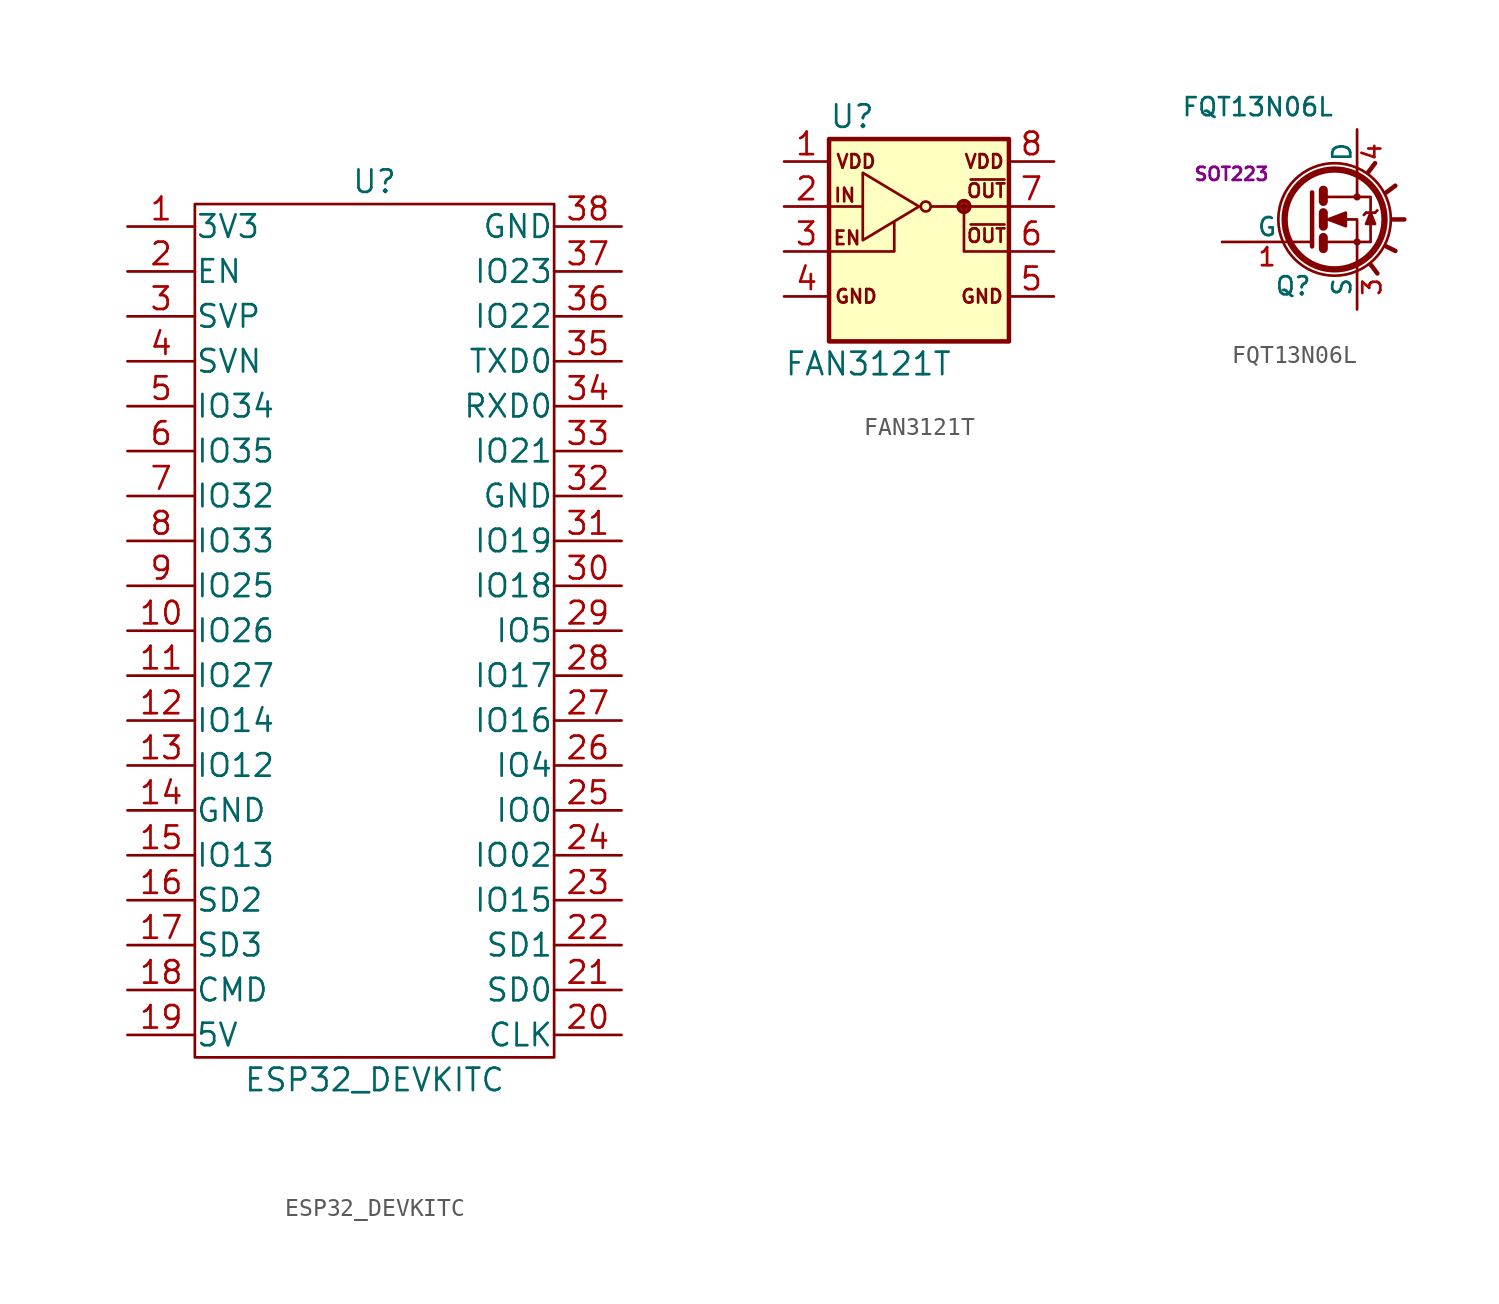
<source format=kicad_sym>
(kicad_symbol_lib
  (version 20211014)
  (generator kicad_symbol_editor)
  (symbol "ESP32_DEVKITC"
    (pin_names
      (offset 0.025))
    (property "Reference" "U"
      (at 0 25.4 0)
      (effects (font (size 1.27 1.27))))
    (property "Value" "ESP32_DEVKITC"
      (at 0 -25.4 0)
      (effects (font (size 1.27 1.27))))
    (symbol "ESP32_DEVKITC_0_1"
      (rectangle (start -10.16 24.13) (end 10.16 -24.13) (stroke (width 0) (type default) (color 0 0 0 0)) (fill (type none))))
    (symbol "ESP32_DEVKITC_1_1"
      (pin passive line (at -13.97 22.86 0) (length 3.81) (name "3V3" (effects (font (size 1.27 1.27)))) (number "1" (effects (font (size 1.27 1.27)))))
      (pin passive line (at -13.97 0 0) (length 3.81) (name "IO26" (effects (font (size 1.27 1.27)))) (number "10" (effects (font (size 1.27 1.27)))))
      (pin passive line (at -13.97 -2.54 0) (length 3.81) (name "IO27" (effects (font (size 1.27 1.27)))) (number "11" (effects (font (size 1.27 1.27)))))
      (pin passive line (at -13.97 -5.08 0) (length 3.81) (name "IO14" (effects (font (size 1.27 1.27)))) (number "12" (effects (font (size 1.27 1.27)))))
      (pin passive line (at -13.97 -7.62 0) (length 3.81) (name "IO12" (effects (font (size 1.27 1.27)))) (number "13" (effects (font (size 1.27 1.27)))))
      (pin passive line (at -13.97 -10.16 0) (length 3.81) (name "GND" (effects (font (size 1.27 1.27)))) (number "14" (effects (font (size 1.27 1.27)))))
      (pin passive line (at -13.97 -12.7 0) (length 3.81) (name "IO13" (effects (font (size 1.27 1.27)))) (number "15" (effects (font (size 1.27 1.27)))))
      (pin passive line (at -13.97 -15.24 0) (length 3.81) (name "SD2" (effects (font (size 1.27 1.27)))) (number "16" (effects (font (size 1.27 1.27)))))
      (pin passive line (at -13.97 -17.78 0) (length 3.81) (name "SD3" (effects (font (size 1.27 1.27)))) (number "17" (effects (font (size 1.27 1.27)))))
      (pin passive line (at -13.97 -20.32 0) (length 3.81) (name "CMD" (effects (font (size 1.27 1.27)))) (number "18" (effects (font (size 1.27 1.27)))))
      (pin passive line (at -13.97 -22.86 0) (length 3.81) (name "5V" (effects (font (size 1.27 1.27)))) (number "19" (effects (font (size 1.27 1.27)))))
      (pin passive line (at -13.97 20.32 0) (length 3.81) (name "EN" (effects (font (size 1.27 1.27)))) (number "2" (effects (font (size 1.27 1.27)))))
      (pin passive line (at 13.97 -22.86 180) (length 3.81) (name "CLK" (effects (font (size 1.27 1.27)))) (number "20" (effects (font (size 1.27 1.27)))))
      (pin passive line (at 13.97 -20.32 180) (length 3.81) (name "SD0" (effects (font (size 1.27 1.27)))) (number "21" (effects (font (size 1.27 1.27)))))
      (pin passive line (at 13.97 -17.78 180) (length 3.81) (name "SD1" (effects (font (size 1.27 1.27)))) (number "22" (effects (font (size 1.27 1.27)))))
      (pin passive line (at 13.97 -15.24 180) (length 3.81) (name "IO15" (effects (font (size 1.27 1.27)))) (number "23" (effects (font (size 1.27 1.27)))))
      (pin passive line (at 13.97 -12.7 180) (length 3.81) (name "IO02" (effects (font (size 1.27 1.27)))) (number "24" (effects (font (size 1.27 1.27)))))
      (pin passive line (at 13.97 -10.16 180) (length 3.81) (name "IO0" (effects (font (size 1.27 1.27)))) (number "25" (effects (font (size 1.27 1.27)))))
      (pin passive line (at 13.97 -7.62 180) (length 3.81) (name "IO4" (effects (font (size 1.27 1.27)))) (number "26" (effects (font (size 1.27 1.27)))))
      (pin passive line (at 13.97 -5.08 180) (length 3.81) (name "IO16" (effects (font (size 1.27 1.27)))) (number "27" (effects (font (size 1.27 1.27)))))
      (pin passive line (at 13.97 -2.54 180) (length 3.81) (name "IO17" (effects (font (size 1.27 1.27)))) (number "28" (effects (font (size 1.27 1.27)))))
      (pin passive line (at 13.97 0 180) (length 3.81) (name "IO5" (effects (font (size 1.27 1.27)))) (number "29" (effects (font (size 1.27 1.27)))))
      (pin passive line (at -13.97 17.78 0) (length 3.81) (name "SVP" (effects (font (size 1.27 1.27)))) (number "3" (effects (font (size 1.27 1.27)))))
      (pin passive line (at 13.97 2.54 180) (length 3.81) (name "IO18" (effects (font (size 1.27 1.27)))) (number "30" (effects (font (size 1.27 1.27)))))
      (pin passive line (at 13.97 5.08 180) (length 3.81) (name "IO19" (effects (font (size 1.27 1.27)))) (number "31" (effects (font (size 1.27 1.27)))))
      (pin passive line (at 13.97 7.62 180) (length 3.81) (name "GND" (effects (font (size 1.27 1.27)))) (number "32" (effects (font (size 1.27 1.27)))))
      (pin passive line (at 13.97 10.16 180) (length 3.81) (name "IO21" (effects (font (size 1.27 1.27)))) (number "33" (effects (font (size 1.27 1.27)))))
      (pin passive line (at 13.97 12.7 180) (length 3.81) (name "RXD0" (effects (font (size 1.27 1.27)))) (number "34" (effects (font (size 1.27 1.27)))))
      (pin passive line (at 13.97 15.24 180) (length 3.81) (name "TXD0" (effects (font (size 1.27 1.27)))) (number "35" (effects (font (size 1.27 1.27)))))
      (pin passive line (at 13.97 17.78 180) (length 3.81) (name "IO22" (effects (font (size 1.27 1.27)))) (number "36" (effects (font (size 1.27 1.27)))))
      (pin passive line (at 13.97 20.32 180) (length 3.81) (name "IO23" (effects (font (size 1.27 1.27)))) (number "37" (effects (font (size 1.27 1.27)))))
      (pin passive line (at 13.97 22.86 180) (length 3.81) (name "GND" (effects (font (size 1.27 1.27)))) (number "38" (effects (font (size 1.27 1.27)))))
      (pin passive line (at -13.97 15.24 0) (length 3.81) (name "SVN" (effects (font (size 1.27 1.27)))) (number "4" (effects (font (size 1.27 1.27)))))
      (pin passive line (at -13.97 12.7 0) (length 3.81) (name "IO34" (effects (font (size 1.27 1.27)))) (number "5" (effects (font (size 1.27 1.27)))))
      (pin passive line (at -13.97 10.16 0) (length 3.81) (name "IO35" (effects (font (size 1.27 1.27)))) (number "6" (effects (font (size 1.27 1.27)))))
      (pin passive line (at -13.97 7.62 0) (length 3.81) (name "IO32" (effects (font (size 1.27 1.27)))) (number "7" (effects (font (size 1.27 1.27)))))
      (pin passive line (at -13.97 5.08 0) (length 3.81) (name "IO33" (effects (font (size 1.27 1.27)))) (number "8" (effects (font (size 1.27 1.27)))))
      (pin passive line (at -13.97 2.54 0) (length 3.81) (name "IO25" (effects (font (size 1.27 1.27)))) (number "9" (effects (font (size 1.27 1.27)))))))
  (symbol "FAN3121T"
    (pin_names
      (offset 0) hide)
    (property "Reference" "U"
      (at -5.08 6.35 0)
      (effects (font (size 1.27 1.27)) (justify left)))
    (property "Value" "FAN3121T"
      (at -7.62 -7.62 0)
      (effects (font (size 1.27 1.27)) (justify left)))
    (symbol "FAN3121T_0_0"
      (text "EN" (at -4.064 -0.508 0) (effects (font (size 0.762 0.762))))
      (text "GND" (at -3.556 -3.81 0) (effects (font (size 0.762 0.762))))
      (text "GND" (at 3.556 -3.81 0) (effects (font (size 0.762 0.762))))
      (text "IN" (at -4.191 1.905 0) (effects (font (size 0.762 0.762))))
      (text "OUT" (at 3.81 -0.381 0) (effects (font (size 0.762 0.762))))
      (text "OUT" (at 3.81 2.159 0) (effects (font (size 0.762 0.762))))
      (text "VDD" (at -3.556 3.81 0) (effects (font (size 0.762 0.762))))
      (text "VDD" (at 3.683 3.81 0) (effects (font (size 0.762 0.762)))))
    (symbol "FAN3121T_0_1"
      (rectangle (start -5.08 5.08) (end 5.08 -6.35) (stroke (width 0.254) (type default) (color 0 0 0 0)) (fill (type background)))
      (polyline (pts (xy -5.08 1.27) (xy -3.175 1.27)) (stroke (width 0) (type default) (color 0 0 0 0)) (fill (type none)))
      (polyline (pts (xy 4.826 0.254) (xy 2.921 0.254)) (stroke (width 0) (type default) (color 0 0 0 0)) (fill (type none)))
      (polyline (pts (xy 4.826 2.794) (xy 2.921 2.794)) (stroke (width 0) (type default) (color 0 0 0 0)) (fill (type none)))
      (polyline (pts (xy -4.953 -1.27) (xy -1.397 -1.27) (xy -1.397 0.381)) (stroke (width 0) (type default) (color 0 0 0 0)) (fill (type none)))
      (polyline (pts (xy 0.762 1.27) (xy 2.286 1.27) (xy 5.08 1.27)) (stroke (width 0) (type default) (color 0 0 0 0)) (fill (type none)))
      (polyline (pts (xy 2.54 1.27) (xy 2.54 -1.27) (xy 5.08 -1.27)) (stroke (width 0) (type default) (color 0 0 0 0)) (fill (type none)))
      (polyline (pts (xy -3.175 3.175) (xy -3.175 -0.635) (xy 0 1.27) (xy -3.175 3.175)) (stroke (width 0) (type default) (color 0 0 0 0)) (fill (type none)))
      (circle (center 0.381 1.27) (radius 0.279) (stroke (width 0) (type default) (color 0 0 0 0)) (fill (type none)))
      (circle (center 2.54 1.27) (radius 0.0001) (stroke (width 0) (type default) (color 0 0 0 0)) (fill (type none)))
      (circle (center 2.54 1.27) (radius 0.127) (stroke (width 0) (type default) (color 0 0 0 0)) (fill (type none)))
      (circle (center 2.54 1.27) (radius 0.279) (stroke (width 0) (type default) (color 0 0 0 0)) (fill (type none)))
      (circle (center 2.54 1.27) (radius 0.356) (stroke (width 0) (type default) (color 0 0 0 0)) (fill (type none))))
    (symbol "FAN3121T_1_1"
      (pin power_in line (at -7.62 3.81 0) (length 2.54) (name "VDD" (effects (font (size 1.27 1.27)))) (number "1" (effects (font (size 1.27 1.27)))))
      (pin input line (at -7.62 1.27 0) (length 2.54) (name "IN" (effects (font (size 1.27 1.27)))) (number "2" (effects (font (size 1.27 1.27)))))
      (pin input line (at -7.62 -1.27 0) (length 2.54) (name "EN" (effects (font (size 1.27 1.27)))) (number "3" (effects (font (size 1.27 1.27)))))
      (pin power_in line (at -7.62 -3.81 0) (length 2.54) (name "GND" (effects (font (size 1.27 1.27)))) (number "4" (effects (font (size 1.27 1.27)))))
      (pin power_in line (at 7.62 -3.81 180) (length 2.54) (name "GND" (effects (font (size 1.27 1.27)))) (number "5" (effects (font (size 1.27 1.27)))))
      (pin output line (at 7.62 -1.27 180) (length 2.54) (name "OUT" (effects (font (size 1.27 1.27)))) (number "6" (effects (font (size 1.27 1.27)))))
      (pin output line (at 7.62 1.27 180) (length 2.54) (name "OUT" (effects (font (size 1.27 1.27)))) (number "7" (effects (font (size 1.27 1.27)))))
      (pin power_in line (at 7.62 3.81 180) (length 2.54) (name "VDD" (effects (font (size 1.27 1.27)))) (number "8" (effects (font (size 1.27 1.27)))))))
  (symbol "FQT13N06L"
    (pin_names
      (offset 0))
    (property "Reference" "Q"
      (at 0 -3.759 0)
      (effects (font (size 1.016 1.016)) (justify right)))
    (property "Value" "FQT13N06L"
      (at 1.27 6.35 0)
      (effects (font (size 1.016 1.016)) (justify right)))
    (property "Footprint" "SOT223"
      (at -4.547 2.565 0)
      (effects (font (size 0.737 0.737))))
    (property "Datasheet" ""
      (at 0 0 0)
      (effects (font (size 1.524 1.524))))
    (symbol "FQT13N06L_0_1"
      (polyline (pts (xy 0.635 -1.016) (xy 0.635 -1.651)) (stroke (width 0.508) (type default) (color 0 0 0 0)) (fill (type none)))
      (polyline (pts (xy 0.635 0.381) (xy 0.635 -0.381)) (stroke (width 0.508) (type default) (color 0 0 0 0)) (fill (type none)))
      (polyline (pts (xy 0.635 1.651) (xy 0.635 1.016)) (stroke (width 0.508) (type default) (color 0 0 0 0)) (fill (type none)))
      (polyline (pts (xy 3.048 0.381) (xy 2.921 0.254)) (stroke (width 0) (type default) (color 0 0 0 0)) (fill (type none)))
      (polyline (pts (xy 3.048 0.381) (xy 3.556 0.381)) (stroke (width 0) (type default) (color 0 0 0 0)) (fill (type none)))
      (polyline (pts (xy 3.175 2.667) (xy 3.556 3.175)) (stroke (width 0.254) (type default) (color 0 0 0 0)) (fill (type none)))
      (polyline (pts (xy 3.302 -2.54) (xy 3.683 -3.048)) (stroke (width 0.254) (type default) (color 0 0 0 0)) (fill (type none)))
      (polyline (pts (xy 3.556 0.381) (xy 3.683 0.508)) (stroke (width 0) (type default) (color 0 0 0 0)) (fill (type none)))
      (polyline (pts (xy 4.191 -1.524) (xy 4.699 -1.778)) (stroke (width 0.254) (type default) (color 0 0 0 0)) (fill (type none)))
      (polyline (pts (xy 4.191 1.524) (xy 4.699 1.905)) (stroke (width 0.254) (type default) (color 0 0 0 0)) (fill (type none)))
      (polyline (pts (xy 4.572 0) (xy 5.207 0)) (stroke (width 0.254) (type default) (color 0 0 0 0)) (fill (type none)))
      (polyline (pts (xy 0 1.524) (xy 0 -1.524) (xy 0 -1.524)) (stroke (width 0.254) (type default) (color 0 0 0 0)) (fill (type none)))
      (polyline (pts (xy 0.762 -1.27) (xy 2.54 -1.27) (xy 2.54 -2.54) (xy 2.54 -2.54)) (stroke (width 0) (type default) (color 0 0 0 0)) (fill (type none)))
      (polyline (pts (xy 0.762 1.27) (xy 2.54 1.27) (xy 2.54 2.54) (xy 2.54 2.54)) (stroke (width 0) (type default) (color 0 0 0 0)) (fill (type none)))
      (polyline (pts (xy 2.54 1.27) (xy 3.302 1.27) (xy 3.302 -1.27) (xy 2.54 -1.27)) (stroke (width 0) (type default) (color 0 0 0 0)) (fill (type none)))
      (polyline (pts (xy 3.302 0.381) (xy 3.048 -0.254) (xy 3.556 -0.254) (xy 3.302 0.381)) (stroke (width 0) (type default) (color 0 0 0 0)) (fill (type outline)))
      (polyline (pts (xy 0.762 0) (xy 1.27 0) (xy 2.54 0) (xy 2.54 -1.27) (xy 2.54 -1.27)) (stroke (width 0) (type default) (color 0 0 0 0)) (fill (type none)))
      (polyline (pts (xy 0.889 0) (xy 1.905 0.381) (xy 1.905 -0.381) (xy 0.889 0) (xy 1.016 0) (xy 1.016 0)) (stroke (width 0) (type default) (color 0 0 0 0)) (fill (type outline)))
      (circle (center 1.27 0) (radius 2.819) (stroke (width 0.356) (type default) (color 0 0 0 0)) (fill (type none)))
      (circle (center 1.27 0) (radius 3.175) (stroke (width 0) (type default) (color 0 0 0 0)) (fill (type none)))
      (circle (center 2.54 -1.27) (radius 0.127) (stroke (width 0) (type default) (color 0 0 0 0)) (fill (type none)))
      (circle (center 2.54 1.27) (radius 0.127) (stroke (width 0) (type default) (color 0 0 0 0)) (fill (type none))))
    (symbol "FQT13N06L_1_1"
      (pin input line (at -5.08 -1.27 0) (length 5.08) (name "G" (effects (font (size 1.016 1.016)))) (number "1" (effects (font (size 1.016 1.016)))))
      (pin passive line (at 0 5.08 270) (length 2.032) hide (name "D" (effects (font (size 1.016 1.016)))) (number "2" (effects (font (size 1.016 1.016)))))
      (pin passive line (at 2.54 -5.08 90) (length 2.54) (name "S" (effects (font (size 1.016 1.016)))) (number "3" (effects (font (size 1.016 1.016)))))
      (pin passive line (at 2.54 5.08 270) (length 2.54) (name "D" (effects (font (size 1.016 1.016)))) (number "4" (effects (font (size 1.016 1.016))))))))
</source>
